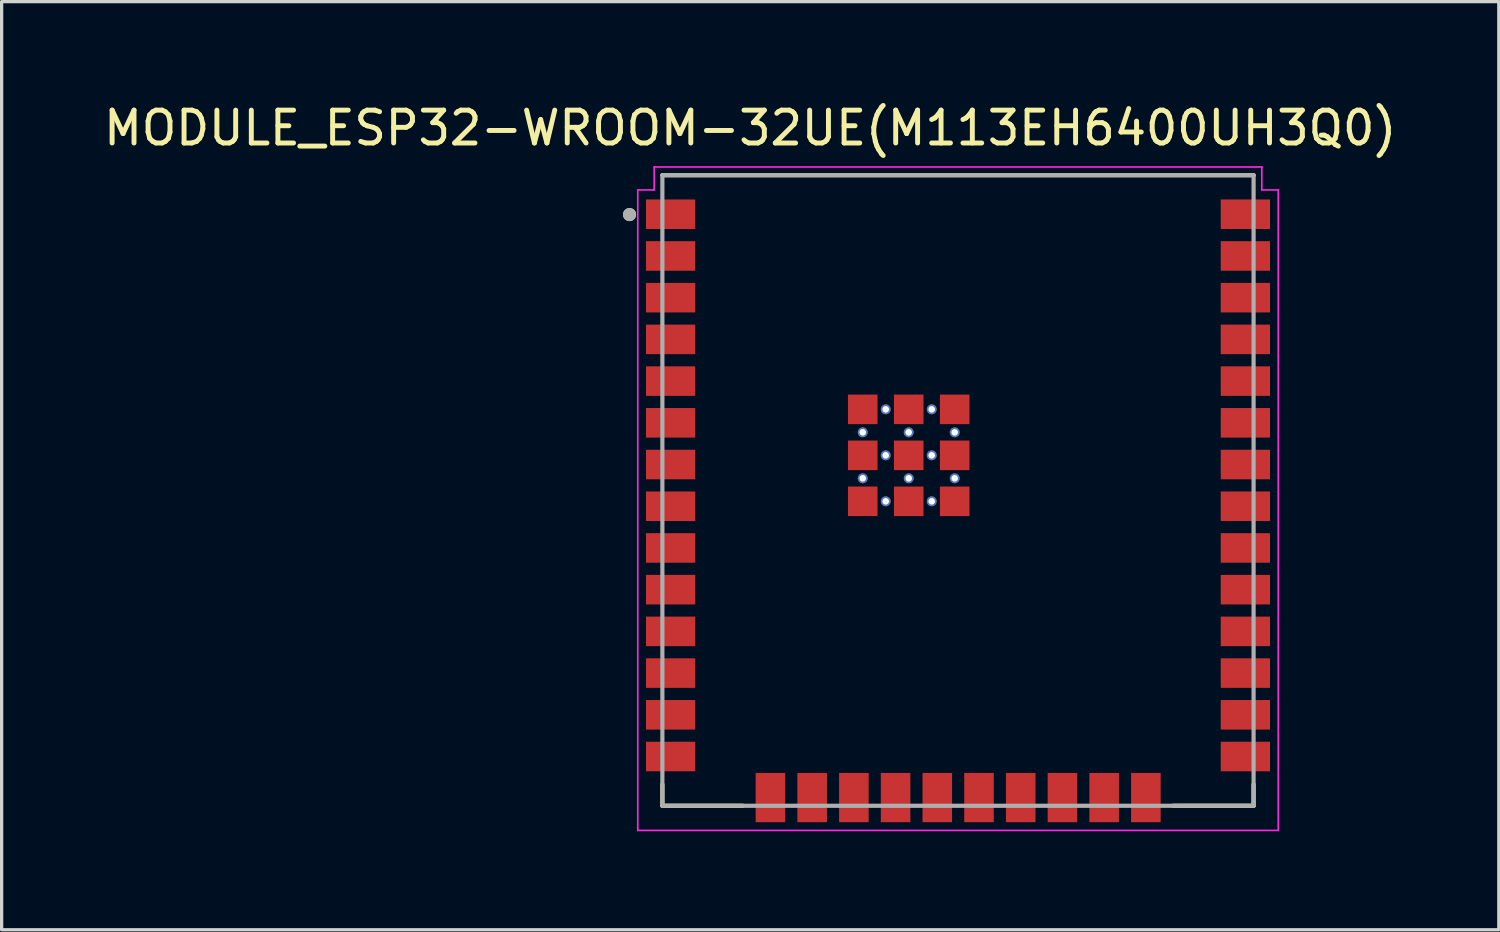
<source format=kicad_pcb>
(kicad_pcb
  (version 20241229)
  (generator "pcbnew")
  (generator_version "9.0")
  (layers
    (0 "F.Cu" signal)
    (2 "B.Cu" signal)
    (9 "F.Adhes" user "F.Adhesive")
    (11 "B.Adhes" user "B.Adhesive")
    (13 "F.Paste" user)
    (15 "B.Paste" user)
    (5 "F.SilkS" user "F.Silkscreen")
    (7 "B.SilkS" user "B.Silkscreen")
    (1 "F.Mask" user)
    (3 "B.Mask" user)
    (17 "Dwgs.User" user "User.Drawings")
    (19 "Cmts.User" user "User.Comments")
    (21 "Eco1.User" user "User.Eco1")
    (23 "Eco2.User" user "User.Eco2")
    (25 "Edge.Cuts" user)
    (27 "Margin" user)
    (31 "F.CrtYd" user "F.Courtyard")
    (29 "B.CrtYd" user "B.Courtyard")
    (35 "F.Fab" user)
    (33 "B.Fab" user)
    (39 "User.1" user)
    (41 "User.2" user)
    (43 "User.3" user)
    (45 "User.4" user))
  (footprint "MODULE_ESP32-WROOM-32UE(M113EH6400UH3Q0)"
    (layer "F.Cu")
    (at 26.117 11.883)
    (property "Reference" "MODULE_ESP32-WROOM-32UE(M113EH6400UH3Q0)" (at -6.325 -11.035 0) (layer "F.SilkS") (effects (font (size 1 1) (thickness 0.15))))
    (attr smd)
    (fp_line (start -9 -9.6) (end 9 -9.6) (stroke (width 0.127) (type solid)) (layer "F.SilkS"))
    (fp_line (start -9 8.95) (end -9 9.6) (stroke (width 0.127) (type solid)) (layer "F.SilkS"))
    (fp_line (start -9 9.6) (end -6.55 9.6) (stroke (width 0.127) (type solid)) (layer "F.SilkS"))
    (fp_line (start 6.55 9.6) (end 9 9.6) (stroke (width 0.127) (type solid)) (layer "F.SilkS"))
    (fp_line (start 9 9.6) (end 9 8.95) (stroke (width 0.127) (type solid)) (layer "F.SilkS"))
    (fp_circle (center -10 -8.4) (end -9.9 -8.4) (stroke (width 0.2) (type solid)) (fill no) (layer "F.SilkS"))
    (fp_line (start -9.75 -9.15) (end -9.25 -9.15) (stroke (width 0.05) (type solid)) (layer "F.CrtYd"))
    (fp_line (start -9.75 10.35) (end -9.75 -9.15) (stroke (width 0.05) (type solid)) (layer "F.CrtYd"))
    (fp_line (start -9.25 -9.85) (end 9.25 -9.85) (stroke (width 0.05) (type solid)) (layer "F.CrtYd"))
    (fp_line (start -9.25 -9.15) (end -9.25 -9.85) (stroke (width 0.05) (type solid)) (layer "F.CrtYd"))
    (fp_line (start 9.25 -9.85) (end 9.25 -9.15) (stroke (width 0.05) (type solid)) (layer "F.CrtYd"))
    (fp_line (start 9.25 -9.15) (end 9.75 -9.15) (stroke (width 0.05) (type solid)) (layer "F.CrtYd"))
    (fp_line (start 9.75 -9.15) (end 9.75 10.35) (stroke (width 0.05) (type solid)) (layer "F.CrtYd"))
    (fp_line (start 9.75 10.35) (end -9.75 10.35) (stroke (width 0.05) (type solid)) (layer "F.CrtYd"))
    (fp_line (start -9 -9.6) (end 9 -9.6) (stroke (width 0.127) (type solid)) (layer "F.Fab"))
    (fp_line (start -9 9.6) (end -9 -9.6) (stroke (width 0.127) (type solid)) (layer "F.Fab"))
    (fp_line (start 9 -9.6) (end 9 9.6) (stroke (width 0.127) (type solid)) (layer "F.Fab"))
    (fp_line (start 9 9.6) (end -9 9.6) (stroke (width 0.127) (type solid)) (layer "F.Fab"))
    (fp_circle (center -10 -8.4) (end -9.9 -8.4) (stroke (width 0.2) (type solid)) (fill no) (layer "F.Fab"))
    (pad "1" smd rect (at -8.75 -8.41) (size 1.5 0.9) (layers "F.Cu" "F.Mask" "F.Paste"))
    (pad "2" smd rect (at -8.75 -7.14) (size 1.5 0.9) (layers "F.Cu" "F.Mask" "F.Paste"))
    (pad "3" smd rect (at -8.75 -5.87) (size 1.5 0.9) (layers "F.Cu" "F.Mask" "F.Paste"))
    (pad "4" smd rect (at -8.75 -4.6) (size 1.5 0.9) (layers "F.Cu" "F.Mask" "F.Paste"))
    (pad "5" smd rect (at -8.75 -3.33) (size 1.5 0.9) (layers "F.Cu" "F.Mask" "F.Paste"))
    (pad "6" smd rect (at -8.75 -2.06) (size 1.5 0.9) (layers "F.Cu" "F.Mask" "F.Paste"))
    (pad "7" smd rect (at -8.75 -0.79) (size 1.5 0.9) (layers "F.Cu" "F.Mask" "F.Paste"))
    (pad "8" smd rect (at -8.75 0.48) (size 1.5 0.9) (layers "F.Cu" "F.Mask" "F.Paste"))
    (pad "9" smd rect (at -8.75 1.75) (size 1.5 0.9) (layers "F.Cu" "F.Mask" "F.Paste"))
    (pad "10" smd rect (at -8.75 3.02) (size 1.5 0.9) (layers "F.Cu" "F.Mask" "F.Paste"))
    (pad "11" smd rect (at -8.75 4.29) (size 1.5 0.9) (layers "F.Cu" "F.Mask" "F.Paste"))
    (pad "12" smd rect (at -8.75 5.56) (size 1.5 0.9) (layers "F.Cu" "F.Mask" "F.Paste"))
    (pad "13" smd rect (at -8.75 6.83) (size 1.5 0.9) (layers "F.Cu" "F.Mask" "F.Paste"))
    (pad "14" smd rect (at -8.75 8.1) (size 1.5 0.9) (layers "F.Cu" "F.Mask" "F.Paste"))
    (pad "15" smd rect (at -5.71 9.35) (size 0.9 1.5) (layers "F.Cu" "F.Mask" "F.Paste"))
    (pad "16" smd rect (at -4.44 9.35) (size 0.9 1.5) (layers "F.Cu" "F.Mask" "F.Paste"))
    (pad "17" smd rect (at -3.17 9.35) (size 0.9 1.5) (layers "F.Cu" "F.Mask" "F.Paste"))
    (pad "18" smd rect (at -1.9 9.35) (size 0.9 1.5) (layers "F.Cu" "F.Mask" "F.Paste"))
    (pad "19" smd rect (at -0.63 9.35) (size 0.9 1.5) (layers "F.Cu" "F.Mask" "F.Paste"))
    (pad "20" smd rect (at 0.64 9.35) (size 0.9 1.5) (layers "F.Cu" "F.Mask" "F.Paste"))
    (pad "21" smd rect (at 1.91 9.35) (size 0.9 1.5) (layers "F.Cu" "F.Mask" "F.Paste"))
    (pad "22" smd rect (at 3.18 9.35) (size 0.9 1.5) (layers "F.Cu" "F.Mask" "F.Paste"))
    (pad "23" smd rect (at 4.45 9.35) (size 0.9 1.5) (layers "F.Cu" "F.Mask" "F.Paste"))
    (pad "24" smd rect (at 5.72 9.35) (size 0.9 1.5) (layers "F.Cu" "F.Mask" "F.Paste"))
    (pad "25" smd rect (at 8.75 8.1) (size 1.5 0.9) (layers "F.Cu" "F.Mask" "F.Paste"))
    (pad "26" smd rect (at 8.75 6.83) (size 1.5 0.9) (layers "F.Cu" "F.Mask" "F.Paste"))
    (pad "27" smd rect (at 8.75 5.56) (size 1.5 0.9) (layers "F.Cu" "F.Mask" "F.Paste"))
    (pad "28" smd rect (at 8.75 4.29) (size 1.5 0.9) (layers "F.Cu" "F.Mask" "F.Paste"))
    (pad "29" smd rect (at 8.75 3.02) (size 1.5 0.9) (layers "F.Cu" "F.Mask" "F.Paste"))
    (pad "30" smd rect (at 8.75 1.75) (size 1.5 0.9) (layers "F.Cu" "F.Mask" "F.Paste"))
    (pad "31" smd rect (at 8.75 0.48) (size 1.5 0.9) (layers "F.Cu" "F.Mask" "F.Paste"))
    (pad "32" smd rect (at 8.75 -0.79) (size 1.5 0.9) (layers "F.Cu" "F.Mask" "F.Paste"))
    (pad "33" smd rect (at 8.75 -2.06) (size 1.5 0.9) (layers "F.Cu" "F.Mask" "F.Paste"))
    (pad "34" smd rect (at 8.75 -3.33) (size 1.5 0.9) (layers "F.Cu" "F.Mask" "F.Paste"))
    (pad "35" smd rect (at 8.75 -4.6) (size 1.5 0.9) (layers "F.Cu" "F.Mask" "F.Paste"))
    (pad "36" smd rect (at 8.75 -5.87) (size 1.5 0.9) (layers "F.Cu" "F.Mask" "F.Paste"))
    (pad "37" smd rect (at 8.75 -7.14) (size 1.5 0.9) (layers "F.Cu" "F.Mask" "F.Paste"))
    (pad "38" smd rect (at 8.75 -8.41) (size 1.5 0.9) (layers "F.Cu" "F.Mask" "F.Paste"))
    (pad "39_1" smd rect (at -2.9 -2.47) (size 0.9 0.9) (layers "F.Cu" "F.Mask" "F.Paste"))
    (pad "39_2" smd rect (at -1.5 -2.47) (size 0.9 0.9) (layers "F.Cu" "F.Mask" "F.Paste"))
    (pad "39_3" smd rect (at -0.1 -2.47) (size 0.9 0.9) (layers "F.Cu" "F.Mask" "F.Paste"))
    (pad "39_4" smd rect (at -2.9 -1.07) (size 0.9 0.9) (layers "F.Cu" "F.Mask" "F.Paste"))
    (pad "39_5" smd rect (at -1.5 -1.07) (size 0.9 0.9) (layers "F.Cu" "F.Mask" "F.Paste"))
    (pad "39_6" smd rect (at -0.1 -1.07) (size 0.9 0.9) (layers "F.Cu" "F.Mask" "F.Paste"))
    (pad "39_7" smd rect (at -2.9 0.33) (size 0.9 0.9) (layers "F.Cu" "F.Mask" "F.Paste"))
    (pad "39_8" smd rect (at -1.5 0.33) (size 0.9 0.9) (layers "F.Cu" "F.Mask" "F.Paste"))
    (pad "39_9" smd rect (at -0.1 0.33) (size 0.9 0.9) (layers "F.Cu" "F.Mask" "F.Paste"))
    (pad "39_10" thru_hole circle (at -2.2 -2.47) (size 0.3 0.3) (drill 0.2) (layers "*.Cu" "*.Mask"))
    (pad "39_11" thru_hole circle (at -0.8 -2.47) (size 0.3 0.3) (drill 0.2) (layers "*.Cu" "*.Mask"))
    (pad "39_12" thru_hole circle (at -2.9 -1.77) (size 0.3 0.3) (drill 0.2) (layers "*.Cu" "*.Mask"))
    (pad "39_13" thru_hole circle (at -1.5 -1.77) (size 0.3 0.3) (drill 0.2) (layers "*.Cu" "*.Mask"))
    (pad "39_14" thru_hole circle (at -0.1 -1.77) (size 0.3 0.3) (drill 0.2) (layers "*.Cu" "*.Mask"))
    (pad "39_15" thru_hole circle (at -2.2 -1.07) (size 0.3 0.3) (drill 0.2) (layers "*.Cu" "*.Mask"))
    (pad "39_16" thru_hole circle (at -0.8 -1.07) (size 0.3 0.3) (drill 0.2) (layers "*.Cu" "*.Mask"))
    (pad "39_17" thru_hole circle (at -2.9 -0.37) (size 0.3 0.3) (drill 0.2) (layers "*.Cu" "*.Mask"))
    (pad "39_18" thru_hole circle (at -1.5 -0.37) (size 0.3 0.3) (drill 0.2) (layers "*.Cu" "*.Mask"))
    (pad "39_19" thru_hole circle (at -0.1 -0.37) (size 0.3 0.3) (drill 0.2) (layers "*.Cu" "*.Mask"))
    (pad "39_20" thru_hole circle (at -2.2 0.33) (size 0.3 0.3) (drill 0.2) (layers "*.Cu" "*.Mask"))
    (pad "39_21" thru_hole circle (at -0.8 0.33) (size 0.3 0.3) (drill 0.2) (layers "*.Cu" "*.Mask")))
  (gr_rect
    (start -3 -3)
    (end 42.583 25.258)
    (stroke (width 0.1) (type default))
    (fill no)
    (layer "Edge.Cuts")))
</source>
